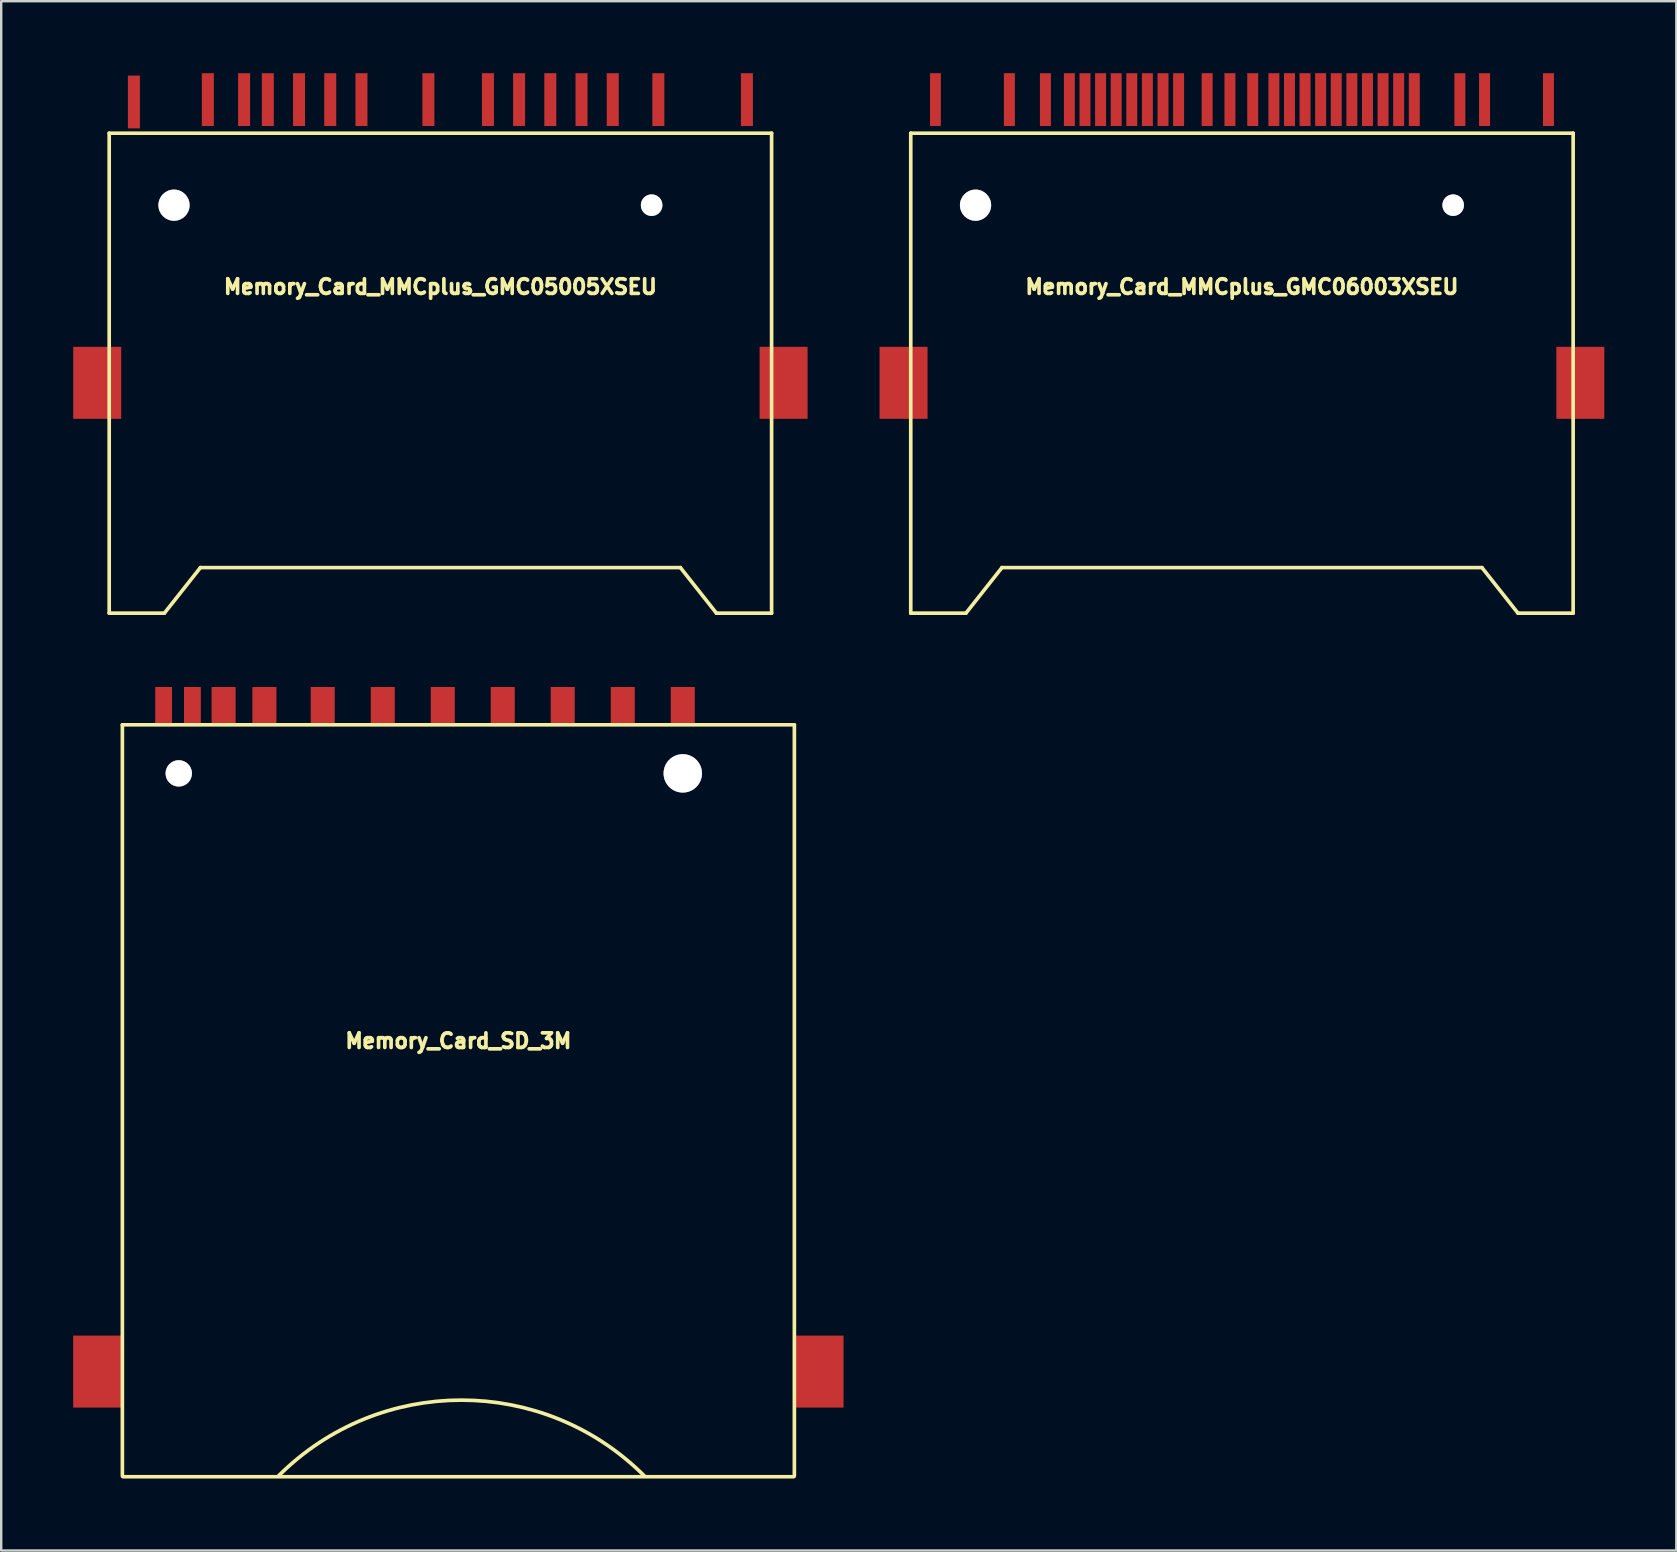
<source format=kicad_pcb>
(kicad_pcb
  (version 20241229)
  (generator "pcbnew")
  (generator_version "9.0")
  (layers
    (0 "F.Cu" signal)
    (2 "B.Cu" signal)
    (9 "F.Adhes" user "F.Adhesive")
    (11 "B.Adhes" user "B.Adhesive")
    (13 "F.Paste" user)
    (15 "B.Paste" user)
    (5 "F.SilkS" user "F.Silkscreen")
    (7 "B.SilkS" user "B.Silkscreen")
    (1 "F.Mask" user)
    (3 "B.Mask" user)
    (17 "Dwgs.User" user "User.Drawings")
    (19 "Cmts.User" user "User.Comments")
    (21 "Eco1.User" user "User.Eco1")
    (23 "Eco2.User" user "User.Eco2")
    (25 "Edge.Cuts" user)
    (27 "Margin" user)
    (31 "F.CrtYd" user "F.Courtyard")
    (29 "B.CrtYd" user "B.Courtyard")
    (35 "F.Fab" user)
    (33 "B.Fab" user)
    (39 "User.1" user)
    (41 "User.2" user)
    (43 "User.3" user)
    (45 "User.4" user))
  (footprint "Memory_Card_MMCplus_GMC06003XSEU"
    (layer "F.Cu")
    (at 48.698 1.1)
    (property "Reference" "Memory_Card_MMCplus_GMC06003XSEU" (at 0 7.8 0) (layer "F.SilkS") (effects (font (size 0.61 0.61) (thickness 0.152))))
    (attr smd)
    (fp_line (start -13.8 1.4) (end -13.8 21.399) (stroke (width 0.152) (type solid)) (layer "F.SilkS"))
    (fp_line (start -13.8 21.399) (end -11.501 21.399) (stroke (width 0.152) (type solid)) (layer "F.SilkS"))
    (fp_line (start -11.501 21.399) (end -10 19.5) (stroke (width 0.152) (type solid)) (layer "F.SilkS"))
    (fp_line (start -10 19.5) (end 10 19.5) (stroke (width 0.152) (type solid)) (layer "F.SilkS"))
    (fp_line (start 11.501 21.399) (end 10 19.5) (stroke (width 0.152) (type solid)) (layer "F.SilkS"))
    (fp_line (start 13.8 1.4) (end -13.8 1.4) (stroke (width 0.152) (type solid)) (layer "F.SilkS"))
    (fp_line (start 13.8 1.4) (end 13.8 21.399) (stroke (width 0.152) (type solid)) (layer "F.SilkS"))
    (fp_line (start 13.8 21.399) (end 11.501 21.399) (stroke (width 0.152) (type solid)) (layer "F.SilkS"))
    (pad "1" smd rect (at -9.69 0) (size 0.457 2.2) (layers "F.Cu" "F.Mask" "F.Paste"))
    (pad "2" smd rect (at -8.189 0) (size 0.457 2.2) (layers "F.Cu" "F.Mask" "F.Paste"))
    (pad "3" smd rect (at -7.191 0) (size 0.457 2.2) (layers "F.Cu" "F.Mask" "F.Paste"))
    (pad "4" smd rect (at -6.54 0) (size 0.457 2.2) (layers "F.Cu" "F.Mask" "F.Paste"))
    (pad "5" smd rect (at -5.89 0) (size 0.457 2.2) (layers "F.Cu" "F.Mask" "F.Paste"))
    (pad "6" smd rect (at -5.24 0) (size 0.457 2.2) (layers "F.Cu" "F.Mask" "F.Paste"))
    (pad "7" smd rect (at -4.59 0) (size 0.457 2.2) (layers "F.Cu" "F.Mask" "F.Paste"))
    (pad "8" smd rect (at -3.94 0) (size 0.457 2.2) (layers "F.Cu" "F.Mask" "F.Paste"))
    (pad "9" smd rect (at -3.289 0) (size 0.457 2.2) (layers "F.Cu" "F.Mask" "F.Paste"))
    (pad "10" smd rect (at -2.639 0) (size 0.457 2.2) (layers "F.Cu" "F.Mask" "F.Paste"))
    (pad "11" smd rect (at -1.45 0) (size 0.457 2.2) (layers "F.Cu" "F.Mask" "F.Paste"))
    (pad "12" smd rect (at -0.5 0) (size 0.457 2.2) (layers "F.Cu" "F.Mask" "F.Paste"))
    (pad "13" smd rect (at 0.45 0) (size 0.457 2.2) (layers "F.Cu" "F.Mask" "F.Paste"))
    (pad "14" smd rect (at 1.331 0) (size 0.457 2.2) (layers "F.Cu" "F.Mask" "F.Paste"))
    (pad "15" smd rect (at 1.981 0) (size 0.457 2.2) (layers "F.Cu" "F.Mask" "F.Paste"))
    (pad "16" smd rect (at 2.629 0) (size 0.457 2.2) (layers "F.Cu" "F.Mask" "F.Paste"))
    (pad "17" smd rect (at 3.279 0) (size 0.457 2.2) (layers "F.Cu" "F.Mask" "F.Paste"))
    (pad "18" smd rect (at 3.929 0) (size 0.457 2.2) (layers "F.Cu" "F.Mask" "F.Paste"))
    (pad "19" smd rect (at 4.58 0) (size 0.457 2.2) (layers "F.Cu" "F.Mask" "F.Paste"))
    (pad "20" smd rect (at 5.23 0) (size 0.457 2.2) (layers "F.Cu" "F.Mask" "F.Paste"))
    (pad "21" smd rect (at 5.88 0) (size 0.457 2.2) (layers "F.Cu" "F.Mask" "F.Paste"))
    (pad "22" smd rect (at 6.53 0) (size 0.457 2.2) (layers "F.Cu" "F.Mask" "F.Paste"))
    (pad "23" smd rect (at 7.181 0) (size 0.457 2.2) (layers "F.Cu" "F.Mask" "F.Paste"))
    (pad "24" smd rect (at 9.081 0) (size 0.457 2.2) (layers "F.Cu" "F.Mask" "F.Paste"))
    (pad "25" smd rect (at 10.109 0) (size 0.457 2.2) (layers "F.Cu" "F.Mask" "F.Paste"))
    (pad "26" smd rect (at 12.771 0) (size 0.457 2.2) (layers "F.Cu" "F.Mask" "F.Paste"))
    (pad "27" smd rect (at -12.771 0) (size 0.45 2.2) (layers "F.Cu" "F.Mask" "F.Paste"))
    (pad "28" smd rect (at -14.1 11.801) (size 1.999 3) (layers "F.Cu" "F.Mask" "F.Paste"))
    (pad "28" thru_hole circle (at -11.1 4.399) (size 1.3 1.3) (drill 1.3) (layers "*.Cu" "*.Mask"))
    (pad "28" thru_hole circle (at 8.801 4.399) (size 0.899 0.899) (drill 0.899) (layers "*.Cu" "*.Mask"))
    (pad "28" smd rect (at 14.1 11.801) (size 1.999 3) (layers "F.Cu" "F.Mask" "F.Paste")))
  (footprint "Memory_Card_SD_3M"
    (layer "F.Cu")
    (at 16.049 26.35)
    (property "Reference" "Memory_Card_SD_3M" (at 0 13.97 0) (layer "F.SilkS") (effects (font (size 0.61 0.61) (thickness 0.152))))
    (attr smd)
    (fp_line (start -14 0.8) (end -14 32.101) (stroke (width 0.152) (type solid)) (layer "F.SilkS"))
    (fp_line (start -14 0.8) (end 14 0.8) (stroke (width 0.152) (type solid)) (layer "F.SilkS"))
    (fp_line (start -13.97 32.131) (end 13.97 32.131) (stroke (width 0.152) (type solid)) (layer "F.SilkS"))
    (fp_line (start 14 0.8) (end 14 32.101) (stroke (width 0.152) (type solid)) (layer "F.SilkS"))
    (fp_arc (start -7.493 32.09544) (mid 0.127 28.939133) (end 7.747 32.09544) (stroke (width 0.1524) (type solid)) (layer "F.SilkS"))
    (pad "1" smd rect (at 6.85 0) (size 1.001 1.549) (layers "F.Cu" "F.Mask" "F.Paste"))
    (pad "2" smd rect (at 4.348 0) (size 1.001 1.549) (layers "F.Cu" "F.Mask" "F.Paste"))
    (pad "3" smd rect (at 1.849 0) (size 1.001 1.549) (layers "F.Cu" "F.Mask" "F.Paste"))
    (pad "4" smd rect (at -0.65 0) (size 1.001 1.549) (layers "F.Cu" "F.Mask" "F.Paste"))
    (pad "5" smd rect (at -3.15 0) (size 1.001 1.549) (layers "F.Cu" "F.Mask" "F.Paste"))
    (pad "6" smd rect (at -5.652 0) (size 1.001 1.549) (layers "F.Cu" "F.Mask" "F.Paste"))
    (pad "7" smd rect (at -8.082 0) (size 1.001 1.549) (layers "F.Cu" "F.Mask" "F.Paste"))
    (pad "8" smd rect (at -9.782 0) (size 1.001 1.549) (layers "F.Cu" "F.Mask" "F.Paste"))
    (pad "9" smd rect (at 9.35 0) (size 1.001 1.549) (layers "F.Cu" "F.Mask" "F.Paste"))
    (pad "14" smd rect (at -12.281 0) (size 0.701 1.549) (layers "F.Cu" "F.Mask" "F.Paste"))
    (pad "15" smd rect (at -11.082 0) (size 0.701 1.549) (layers "F.Cu" "F.Mask" "F.Paste"))
    (pad "16" thru_hole circle (at 9.35 2.824) (size 1.6 1.6) (drill 1.6) (layers "*.Cu" "*.Mask"))
    (pad "16" smd rect (at 15.05 27.75) (size 1.999 3) (layers "F.Cu" "F.Mask" "F.Paste"))
    (pad "17" smd rect (at -15.05 27.75) (size 1.999 3) (layers "F.Cu" "F.Mask" "F.Paste"))
    (pad "17" thru_hole circle (at -11.651 2.824) (size 1.1 1.1) (drill 1.1) (layers "*.Cu" "*.Mask")))
  (footprint "Memory_Card_MMCplus_GMC05005XSEU"
    (layer "F.Cu")
    (at 15.3 1.1)
    (property "Reference" "Memory_Card_MMCplus_GMC05005XSEU" (at 0 7.8 0) (layer "F.SilkS") (effects (font (size 0.61 0.61) (thickness 0.152))))
    (attr smd)
    (fp_line (start -13.8 1.4) (end -13.8 21.399) (stroke (width 0.152) (type solid)) (layer "F.SilkS"))
    (fp_line (start -13.8 21.399) (end -11.501 21.399) (stroke (width 0.152) (type solid)) (layer "F.SilkS"))
    (fp_line (start -11.501 21.399) (end -10 19.5) (stroke (width 0.152) (type solid)) (layer "F.SilkS"))
    (fp_line (start -10 19.5) (end 10 19.5) (stroke (width 0.152) (type solid)) (layer "F.SilkS"))
    (fp_line (start 11.501 21.399) (end 10 19.5) (stroke (width 0.152) (type solid)) (layer "F.SilkS"))
    (fp_line (start 13.8 1.4) (end -13.8 1.4) (stroke (width 0.152) (type solid)) (layer "F.SilkS"))
    (fp_line (start 13.8 1.4) (end 13.8 21.399) (stroke (width 0.152) (type solid)) (layer "F.SilkS"))
    (fp_line (start 13.8 21.399) (end 11.501 21.399) (stroke (width 0.152) (type solid)) (layer "F.SilkS"))
    (pad "1" smd rect (at 7.181 0) (size 0.5 2.2) (layers "F.Cu" "F.Mask" "F.Paste"))
    (pad "2" smd rect (at 4.58 0) (size 0.5 2.2) (layers "F.Cu" "F.Mask" "F.Paste"))
    (pad "3" smd rect (at 1.981 0) (size 0.5 2.2) (layers "F.Cu" "F.Mask" "F.Paste"))
    (pad "4" smd rect (at -0.5 0) (size 0.5 2.2) (layers "F.Cu" "F.Mask" "F.Paste"))
    (pad "5" smd rect (at -3.289 0) (size 0.5 2.2) (layers "F.Cu" "F.Mask" "F.Paste"))
    (pad "6" smd rect (at -5.89 0) (size 0.5 2.2) (layers "F.Cu" "F.Mask" "F.Paste"))
    (pad "7" smd rect (at -8.179 0) (size 0.5 2.2) (layers "F.Cu" "F.Mask" "F.Paste"))
    (pad "8" smd rect (at -9.69 0) (size 0.5 2.2) (layers "F.Cu" "F.Mask" "F.Paste"))
    (pad "9" smd rect (at 9.081 0) (size 0.5 2.2) (layers "F.Cu" "F.Mask" "F.Paste"))
    (pad "10" smd rect (at 5.88 0) (size 0.5 2.2) (layers "F.Cu" "F.Mask" "F.Paste"))
    (pad "11" smd rect (at 3.279 0) (size 0.5 2.2) (layers "F.Cu" "F.Mask" "F.Paste"))
    (pad "12" smd rect (at -4.59 0) (size 0.5 2.2) (layers "F.Cu" "F.Mask" "F.Paste"))
    (pad "13" smd rect (at -7.191 0) (size 0.5 2.2) (layers "F.Cu" "F.Mask" "F.Paste"))
    (pad "14" smd rect (at -12.771 0.099) (size 0.5 2.2) (layers "F.Cu" "F.Mask" "F.Paste"))
    (pad "14" smd rect (at 12.771 0) (size 0.5 2.2) (layers "F.Cu" "F.Mask" "F.Paste"))
    (pad "16" thru_hole circle (at 8.801 4.399) (size 0.899 0.899) (drill 0.899) (layers "*.Cu" "*.Mask"))
    (pad "16" smd rect (at 14.3 11.801) (size 1.999 3) (layers "F.Cu" "F.Mask" "F.Paste"))
    (pad "17" smd rect (at -14.3 11.801) (size 1.999 3) (layers "F.Cu" "F.Mask" "F.Paste"))
    (pad "17" thru_hole circle (at -11.1 4.399) (size 1.3 1.3) (drill 1.3) (layers "*.Cu" "*.Mask")))
  (gr_rect
    (start -3 -3)
    (end 66.797 61.557)
    (stroke (width 0.1) (type default))
    (fill no)
    (layer "Edge.Cuts")))
</source>
